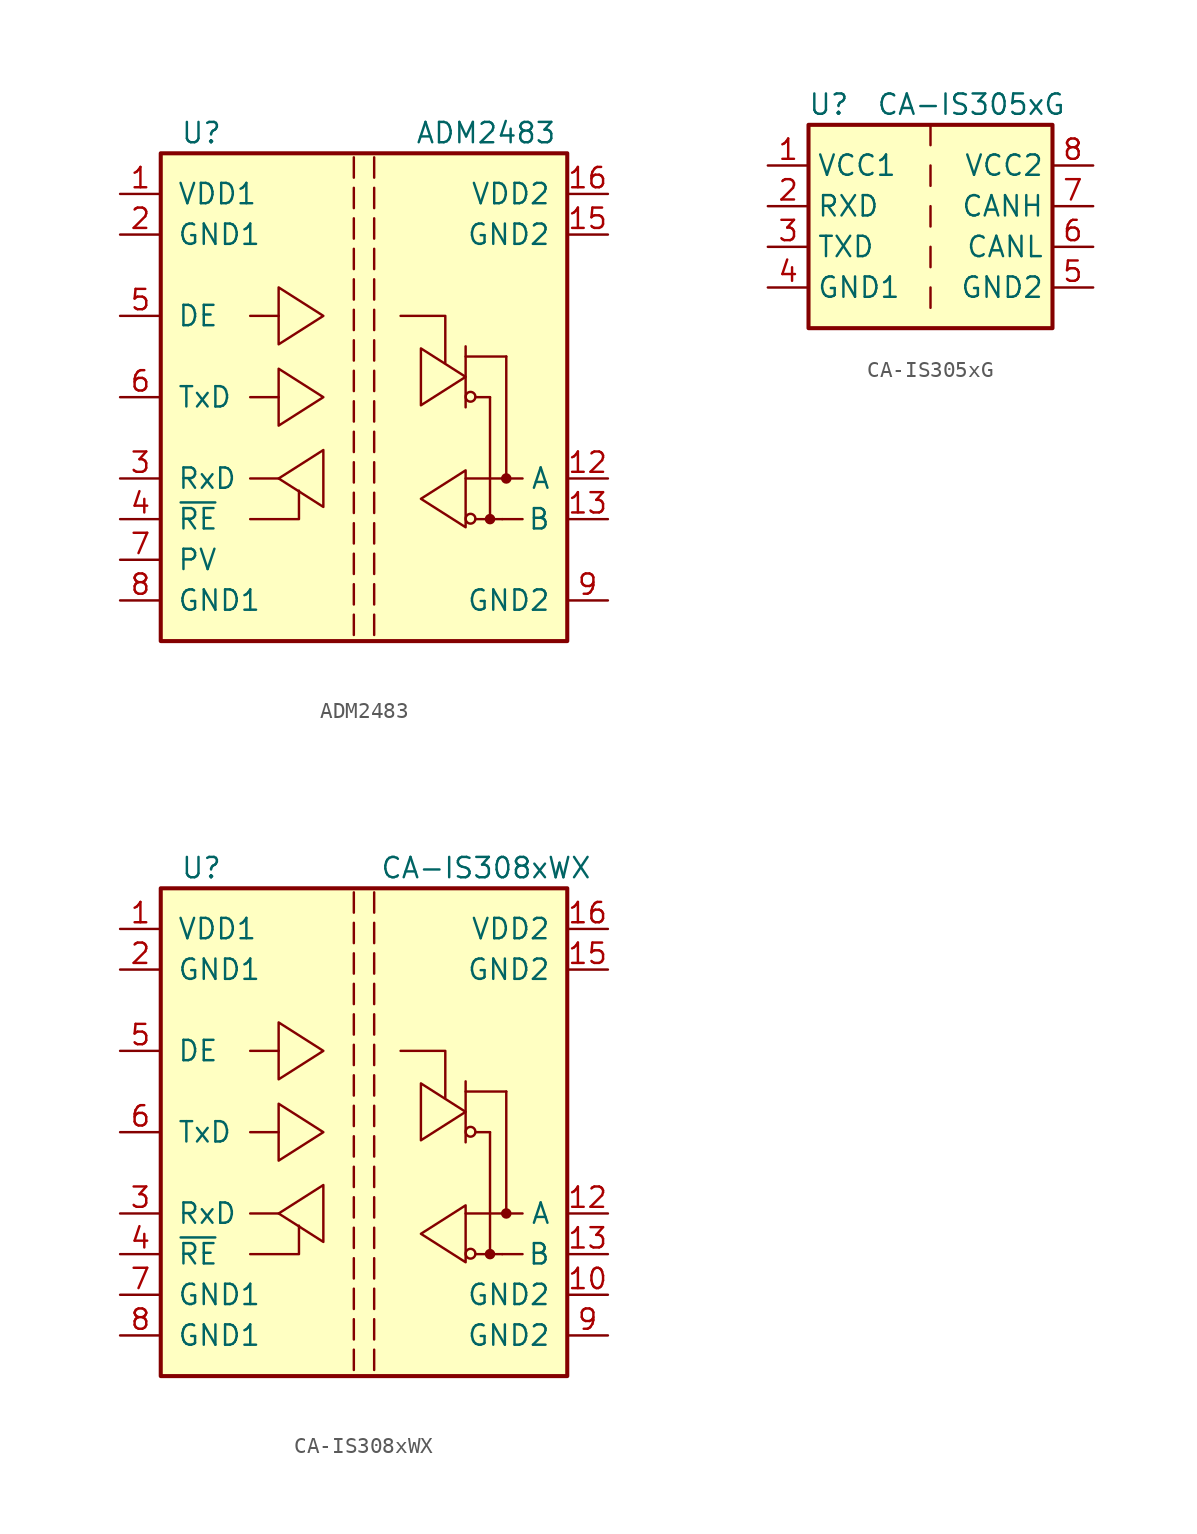
<source format=kicad_sym>
(kicad_symbol_lib
  (version 20231120)
  (generator "kicad_symbol_editor")
  (generator_version "8.0")
  (symbol "ADM2483"
    (pin_names
      (offset 1.016))
    (property "Reference" "U"
      (at -10.16 16.51 0)
      (effects (font (size 1.27 1.27))))
    (property "Value" "ADM2483"
      (at 7.62 16.51 0)
      (effects (font (size 1.27 1.27))))
    (symbol "ADM2483_0_0"
      (polyline (pts (xy -0.635 -13.589) (xy -0.635 -14.859)) (stroke (width 0) (type default)) (fill (type none)))
      (polyline (pts (xy -0.635 -11.684) (xy -0.635 -12.954)) (stroke (width 0) (type default)) (fill (type none)))
      (polyline (pts (xy -0.635 -9.779) (xy -0.635 -11.049)) (stroke (width 0) (type default)) (fill (type none)))
      (polyline (pts (xy -0.635 -7.874) (xy -0.635 -9.144)) (stroke (width 0) (type default)) (fill (type none)))
      (polyline (pts (xy -0.635 -5.969) (xy -0.635 -7.239)) (stroke (width 0) (type default)) (fill (type none)))
      (polyline (pts (xy -0.635 -4.064) (xy -0.635 -5.334)) (stroke (width 0) (type default)) (fill (type none)))
      (polyline (pts (xy -0.635 -2.159) (xy -0.635 -3.429)) (stroke (width 0) (type default)) (fill (type none)))
      (polyline (pts (xy -0.635 -0.254) (xy -0.635 -1.524)) (stroke (width 0) (type default)) (fill (type none)))
      (polyline (pts (xy -0.635 1.651) (xy -0.635 0.381)) (stroke (width 0) (type default)) (fill (type none)))
      (polyline (pts (xy -0.635 3.556) (xy -0.635 2.286)) (stroke (width 0) (type default)) (fill (type none)))
      (polyline (pts (xy -0.635 5.461) (xy -0.635 4.191)) (stroke (width 0) (type default)) (fill (type none)))
      (polyline (pts (xy -0.635 7.366) (xy -0.635 6.096)) (stroke (width 0) (type default)) (fill (type none)))
      (polyline (pts (xy -0.635 9.271) (xy -0.635 8.001)) (stroke (width 0) (type default)) (fill (type none)))
      (polyline (pts (xy -0.635 11.176) (xy -0.635 9.906)) (stroke (width 0) (type default)) (fill (type none)))
      (polyline (pts (xy -0.635 13.081) (xy -0.635 11.811)) (stroke (width 0) (type default)) (fill (type none)))
      (polyline (pts (xy -0.635 14.986) (xy -0.635 13.716)) (stroke (width 0) (type default)) (fill (type none)))
      (polyline (pts (xy 0.635 -13.589) (xy 0.635 -14.859)) (stroke (width 0) (type default)) (fill (type none)))
      (polyline (pts (xy 0.635 -11.684) (xy 0.635 -12.954)) (stroke (width 0) (type default)) (fill (type none)))
      (polyline (pts (xy 0.635 -9.779) (xy 0.635 -11.049)) (stroke (width 0) (type default)) (fill (type none)))
      (polyline (pts (xy 0.635 -7.874) (xy 0.635 -9.144)) (stroke (width 0) (type default)) (fill (type none)))
      (polyline (pts (xy 0.635 -5.969) (xy 0.635 -7.239)) (stroke (width 0) (type default)) (fill (type none)))
      (polyline (pts (xy 0.635 -4.064) (xy 0.635 -5.334)) (stroke (width 0) (type default)) (fill (type none)))
      (polyline (pts (xy 0.635 -2.159) (xy 0.635 -3.429)) (stroke (width 0) (type default)) (fill (type none)))
      (polyline (pts (xy 0.635 -0.254) (xy 0.635 -1.524)) (stroke (width 0) (type default)) (fill (type none)))
      (polyline (pts (xy 0.635 1.651) (xy 0.635 0.381)) (stroke (width 0) (type default)) (fill (type none)))
      (polyline (pts (xy 0.635 3.556) (xy 0.635 2.286)) (stroke (width 0) (type default)) (fill (type none)))
      (polyline (pts (xy 0.635 5.461) (xy 0.635 4.191)) (stroke (width 0) (type default)) (fill (type none)))
      (polyline (pts (xy 0.635 7.366) (xy 0.635 6.096)) (stroke (width 0) (type default)) (fill (type none)))
      (polyline (pts (xy 0.635 9.271) (xy 0.635 8.001)) (stroke (width 0) (type default)) (fill (type none)))
      (polyline (pts (xy 0.635 11.176) (xy 0.635 9.906)) (stroke (width 0) (type default)) (fill (type none)))
      (polyline (pts (xy 0.635 13.081) (xy 0.635 11.811)) (stroke (width 0) (type default)) (fill (type none)))
      (polyline (pts (xy 0.635 14.986) (xy 0.635 13.716)) (stroke (width 0) (type default)) (fill (type none))))
    (symbol "ADM2483_0_1"
      (rectangle (start -12.7 15.24) (end 12.7 -15.24) (stroke (width 0.254) (type default)) (fill (type background)))
      (polyline (pts (xy -5.334 -5.08) (xy -7.112 -5.08)) (stroke (width 0) (type default)) (fill (type none)))
      (polyline (pts (xy -5.334 0) (xy -7.112 0)) (stroke (width 0) (type default)) (fill (type none)))
      (polyline (pts (xy -5.334 5.08) (xy -7.112 5.08)) (stroke (width 0) (type default)) (fill (type none)))
      (polyline (pts (xy 6.35 -5.08) (xy 8.636 -5.08)) (stroke (width 0) (type default)) (fill (type none)))
      (polyline (pts (xy 6.35 2.54) (xy 8.89 2.54)) (stroke (width 0) (type default)) (fill (type none)))
      (polyline (pts (xy 6.35 3.175) (xy 6.35 -0.635)) (stroke (width 0) (type default)) (fill (type none)))
      (polyline (pts (xy 6.96 -7.62) (xy 8.636 -7.62)) (stroke (width 0) (type default)) (fill (type none)))
      (polyline (pts (xy 6.96 0) (xy 7.874 0)) (stroke (width 0) (type default)) (fill (type none)))
      (polyline (pts (xy 7.874 0) (xy 7.874 -7.62)) (stroke (width 0) (type default)) (fill (type none)))
      (polyline (pts (xy 8.636 -7.62) (xy 9.906 -7.62)) (stroke (width 0) (type default)) (fill (type none)))
      (polyline (pts (xy 8.636 -5.08) (xy 9.906 -5.08)) (stroke (width 0) (type default)) (fill (type none)))
      (polyline (pts (xy 8.89 2.54) (xy 8.89 -5.08)) (stroke (width 0) (type default)) (fill (type none)))
      (polyline (pts (xy -7.112 -7.62) (xy -4.064 -7.62) (xy -4.064 -5.842)) (stroke (width 0) (type default)) (fill (type none)))
      (polyline (pts (xy 2.286 5.08) (xy 5.08 5.08) (xy 5.08 2.159)) (stroke (width 0) (type default)) (fill (type none)))
      (polyline (pts (xy -5.334 -5.08) (xy -2.54 -3.302) (xy -2.54 -6.858) (xy -5.334 -5.08)) (stroke (width 0) (type default)) (fill (type none)))
      (polyline (pts (xy -2.54 0) (xy -5.334 1.778) (xy -5.334 -1.778) (xy -2.54 0)) (stroke (width 0) (type default)) (fill (type none)))
      (polyline (pts (xy -2.54 5.08) (xy -5.334 6.858) (xy -5.334 3.302) (xy -2.54 5.08)) (stroke (width 0) (type default)) (fill (type none)))
      (polyline (pts (xy 3.556 -6.35) (xy 6.35 -4.572) (xy 6.35 -8.128) (xy 3.556 -6.35)) (stroke (width 0) (type default)) (fill (type none)))
      (polyline (pts (xy 6.35 1.27) (xy 3.556 3.048) (xy 3.556 -0.508) (xy 6.35 1.27)) (stroke (width 0) (type default)) (fill (type none)))
      (circle (center 6.655 -7.595) (radius 0.305) (stroke (width 0) (type default)) (fill (type none)))
      (circle (center 6.655 0.025) (radius 0.305) (stroke (width 0) (type default)) (fill (type none)))
      (circle (center 8.89 -5.08) (radius 0.178) (stroke (width 0.305) (type default)) (fill (type none))))
    (symbol "ADM2483_1_1"
      (circle (center 7.874 -7.62) (radius 0.178) (stroke (width 0.305) (type default)) (fill (type none)))
      (pin power_in line (at -15.24 12.7 0) (length 2.54) (name "VDD1" (effects (font (size 1.27 1.27)))) (number "1" (effects (font (size 1.27 1.27)))))
      (pin no_connect line (at 15.24 -10.16 180) (length 2.54) hide (name "NC" (effects (font (size 1.27 1.27)))) (number "10" (effects (font (size 1.27 1.27)))))
      (pin no_connect line (at 15.24 2.54 180) (length 2.54) hide (name "NC" (effects (font (size 1.27 1.27)))) (number "11" (effects (font (size 1.27 1.27)))))
      (pin bidirectional line (at 15.24 -5.08 180) (length 2.54) (name "A" (effects (font (size 1.27 1.27)))) (number "12" (effects (font (size 1.27 1.27)))))
      (pin bidirectional line (at 15.24 -7.62 180) (length 2.54) (name "B" (effects (font (size 1.27 1.27)))) (number "13" (effects (font (size 1.27 1.27)))))
      (pin no_connect line (at 15.24 0 180) (length 2.54) hide (name "NC" (effects (font (size 1.27 1.27)))) (number "14" (effects (font (size 1.27 1.27)))))
      (pin power_in line (at 15.24 10.16 180) (length 2.54) (name "GND2" (effects (font (size 1.27 1.27)))) (number "15" (effects (font (size 1.27 1.27)))))
      (pin power_in line (at 15.24 12.7 180) (length 2.54) (name "VDD2" (effects (font (size 1.27 1.27)))) (number "16" (effects (font (size 1.27 1.27)))))
      (pin power_in line (at -15.24 10.16 0) (length 2.54) (name "GND1" (effects (font (size 1.27 1.27)))) (number "2" (effects (font (size 1.27 1.27)))))
      (pin output line (at -15.24 -5.08 0) (length 2.54) (name "RxD" (effects (font (size 1.27 1.27)))) (number "3" (effects (font (size 1.27 1.27)))))
      (pin input line (at -15.24 -7.62 0) (length 2.54) (name "~{RE}" (effects (font (size 1.27 1.27)))) (number "4" (effects (font (size 1.27 1.27)))))
      (pin input line (at -15.24 5.08 0) (length 2.54) (name "DE" (effects (font (size 1.27 1.27)))) (number "5" (effects (font (size 1.27 1.27)))))
      (pin input line (at -15.24 0 0) (length 2.54) (name "TxD" (effects (font (size 1.27 1.27)))) (number "6" (effects (font (size 1.27 1.27)))))
      (pin output line (at -15.24 -10.16 0) (length 2.54) (name "PV" (effects (font (size 1.27 1.27)))) (number "7" (effects (font (size 1.27 1.27)))))
      (pin power_in line (at -15.24 -12.7 0) (length 2.54) (name "GND1" (effects (font (size 1.27 1.27)))) (number "8" (effects (font (size 1.27 1.27)))))
      (pin power_in line (at 15.24 -12.7 180) (length 2.54) (name "GND2" (effects (font (size 1.27 1.27)))) (number "9" (effects (font (size 1.27 1.27)))))))
  (symbol "CA-IS305xG"
    (property "Reference" "U"
      (at -6.35 6.35 0)
      (effects (font (size 1.27 1.27))))
    (property "Value" "CA-IS305xG"
      (at 2.54 6.35 0)
      (effects (font (size 1.27 1.27))))
    (symbol "CA-IS305xG_0_1"
      (rectangle (start -7.62 5.08) (end 7.62 -7.62) (stroke (width 0.254) (type default)) (fill (type background)))
      (polyline (pts (xy 0 -5.08) (xy 0 -6.35)) (stroke (width 0) (type default)) (fill (type none)))
      (polyline (pts (xy 0 -2.54) (xy 0 -3.81)) (stroke (width 0) (type default)) (fill (type none)))
      (polyline (pts (xy 0 0) (xy 0 -1.27)) (stroke (width 0) (type default)) (fill (type none)))
      (polyline (pts (xy 0 2.54) (xy 0 1.27)) (stroke (width 0) (type default)) (fill (type none)))
      (polyline (pts (xy 0 5.08) (xy 0 3.81)) (stroke (width 0) (type default)) (fill (type none))))
    (symbol "CA-IS305xG_1_1"
      (pin power_in line (at -10.16 2.54 0) (length 2.54) (name "VCC1" (effects (font (size 1.27 1.27)))) (number "1" (effects (font (size 1.27 1.27)))))
      (pin output line (at -10.16 0 0) (length 2.54) (name "RXD" (effects (font (size 1.27 1.27)))) (number "2" (effects (font (size 1.27 1.27)))))
      (pin input line (at -10.16 -2.54 0) (length 2.54) (name "TXD" (effects (font (size 1.27 1.27)))) (number "3" (effects (font (size 1.27 1.27)))))
      (pin power_in line (at -10.16 -5.08 0) (length 2.54) (name "GND1" (effects (font (size 1.27 1.27)))) (number "4" (effects (font (size 1.27 1.27)))))
      (pin power_in line (at 10.16 -5.08 180) (length 2.54) (name "GND2" (effects (font (size 1.27 1.27)))) (number "5" (effects (font (size 1.27 1.27)))))
      (pin bidirectional line (at 10.16 -2.54 180) (length 2.54) (name "CANL" (effects (font (size 1.27 1.27)))) (number "6" (effects (font (size 1.27 1.27)))))
      (pin bidirectional line (at 10.16 0 180) (length 2.54) (name "CANH" (effects (font (size 1.27 1.27)))) (number "7" (effects (font (size 1.27 1.27)))))
      (pin power_in line (at 10.16 2.54 180) (length 2.54) (name "VCC2" (effects (font (size 1.27 1.27)))) (number "8" (effects (font (size 1.27 1.27)))))))
  (symbol "CA-IS308xWX"
    (pin_names
      (offset 1.016))
    (property "Reference" "U"
      (at -10.16 16.51 0)
      (effects (font (size 1.27 1.27))))
    (property "Value" "CA-IS308xWX"
      (at 7.62 16.51 0)
      (effects (font (size 1.27 1.27))))
    (symbol "CA-IS308xWX_0_0"
      (polyline (pts (xy -0.635 -13.589) (xy -0.635 -14.859)) (stroke (width 0) (type default)) (fill (type none)))
      (polyline (pts (xy -0.635 -11.684) (xy -0.635 -12.954)) (stroke (width 0) (type default)) (fill (type none)))
      (polyline (pts (xy -0.635 -9.779) (xy -0.635 -11.049)) (stroke (width 0) (type default)) (fill (type none)))
      (polyline (pts (xy -0.635 -7.874) (xy -0.635 -9.144)) (stroke (width 0) (type default)) (fill (type none)))
      (polyline (pts (xy -0.635 -5.969) (xy -0.635 -7.239)) (stroke (width 0) (type default)) (fill (type none)))
      (polyline (pts (xy -0.635 -4.064) (xy -0.635 -5.334)) (stroke (width 0) (type default)) (fill (type none)))
      (polyline (pts (xy -0.635 -2.159) (xy -0.635 -3.429)) (stroke (width 0) (type default)) (fill (type none)))
      (polyline (pts (xy -0.635 -0.254) (xy -0.635 -1.524)) (stroke (width 0) (type default)) (fill (type none)))
      (polyline (pts (xy -0.635 1.651) (xy -0.635 0.381)) (stroke (width 0) (type default)) (fill (type none)))
      (polyline (pts (xy -0.635 3.556) (xy -0.635 2.286)) (stroke (width 0) (type default)) (fill (type none)))
      (polyline (pts (xy -0.635 5.461) (xy -0.635 4.191)) (stroke (width 0) (type default)) (fill (type none)))
      (polyline (pts (xy -0.635 7.366) (xy -0.635 6.096)) (stroke (width 0) (type default)) (fill (type none)))
      (polyline (pts (xy -0.635 9.271) (xy -0.635 8.001)) (stroke (width 0) (type default)) (fill (type none)))
      (polyline (pts (xy -0.635 11.176) (xy -0.635 9.906)) (stroke (width 0) (type default)) (fill (type none)))
      (polyline (pts (xy -0.635 13.081) (xy -0.635 11.811)) (stroke (width 0) (type default)) (fill (type none)))
      (polyline (pts (xy -0.635 14.986) (xy -0.635 13.716)) (stroke (width 0) (type default)) (fill (type none)))
      (polyline (pts (xy 0.635 -13.589) (xy 0.635 -14.859)) (stroke (width 0) (type default)) (fill (type none)))
      (polyline (pts (xy 0.635 -11.684) (xy 0.635 -12.954)) (stroke (width 0) (type default)) (fill (type none)))
      (polyline (pts (xy 0.635 -9.779) (xy 0.635 -11.049)) (stroke (width 0) (type default)) (fill (type none)))
      (polyline (pts (xy 0.635 -7.874) (xy 0.635 -9.144)) (stroke (width 0) (type default)) (fill (type none)))
      (polyline (pts (xy 0.635 -5.969) (xy 0.635 -7.239)) (stroke (width 0) (type default)) (fill (type none)))
      (polyline (pts (xy 0.635 -4.064) (xy 0.635 -5.334)) (stroke (width 0) (type default)) (fill (type none)))
      (polyline (pts (xy 0.635 -2.159) (xy 0.635 -3.429)) (stroke (width 0) (type default)) (fill (type none)))
      (polyline (pts (xy 0.635 -0.254) (xy 0.635 -1.524)) (stroke (width 0) (type default)) (fill (type none)))
      (polyline (pts (xy 0.635 1.651) (xy 0.635 0.381)) (stroke (width 0) (type default)) (fill (type none)))
      (polyline (pts (xy 0.635 3.556) (xy 0.635 2.286)) (stroke (width 0) (type default)) (fill (type none)))
      (polyline (pts (xy 0.635 5.461) (xy 0.635 4.191)) (stroke (width 0) (type default)) (fill (type none)))
      (polyline (pts (xy 0.635 7.366) (xy 0.635 6.096)) (stroke (width 0) (type default)) (fill (type none)))
      (polyline (pts (xy 0.635 9.271) (xy 0.635 8.001)) (stroke (width 0) (type default)) (fill (type none)))
      (polyline (pts (xy 0.635 11.176) (xy 0.635 9.906)) (stroke (width 0) (type default)) (fill (type none)))
      (polyline (pts (xy 0.635 13.081) (xy 0.635 11.811)) (stroke (width 0) (type default)) (fill (type none)))
      (polyline (pts (xy 0.635 14.986) (xy 0.635 13.716)) (stroke (width 0) (type default)) (fill (type none))))
    (symbol "CA-IS308xWX_0_1"
      (rectangle (start -12.7 15.24) (end 12.7 -15.24) (stroke (width 0.254) (type default)) (fill (type background)))
      (polyline (pts (xy -5.334 -5.08) (xy -7.112 -5.08)) (stroke (width 0) (type default)) (fill (type none)))
      (polyline (pts (xy -5.334 0) (xy -7.112 0)) (stroke (width 0) (type default)) (fill (type none)))
      (polyline (pts (xy -5.334 5.08) (xy -7.112 5.08)) (stroke (width 0) (type default)) (fill (type none)))
      (polyline (pts (xy 6.35 -5.08) (xy 8.636 -5.08)) (stroke (width 0) (type default)) (fill (type none)))
      (polyline (pts (xy 6.35 2.54) (xy 8.89 2.54)) (stroke (width 0) (type default)) (fill (type none)))
      (polyline (pts (xy 6.35 3.175) (xy 6.35 -0.635)) (stroke (width 0) (type default)) (fill (type none)))
      (polyline (pts (xy 6.96 -7.62) (xy 8.636 -7.62)) (stroke (width 0) (type default)) (fill (type none)))
      (polyline (pts (xy 6.96 0) (xy 7.874 0)) (stroke (width 0) (type default)) (fill (type none)))
      (polyline (pts (xy 7.874 0) (xy 7.874 -7.62)) (stroke (width 0) (type default)) (fill (type none)))
      (polyline (pts (xy 8.636 -7.62) (xy 9.906 -7.62)) (stroke (width 0) (type default)) (fill (type none)))
      (polyline (pts (xy 8.636 -5.08) (xy 9.906 -5.08)) (stroke (width 0) (type default)) (fill (type none)))
      (polyline (pts (xy 8.89 2.54) (xy 8.89 -5.08)) (stroke (width 0) (type default)) (fill (type none)))
      (polyline (pts (xy -7.112 -7.62) (xy -4.064 -7.62) (xy -4.064 -5.842)) (stroke (width 0) (type default)) (fill (type none)))
      (polyline (pts (xy 2.286 5.08) (xy 5.08 5.08) (xy 5.08 2.159)) (stroke (width 0) (type default)) (fill (type none)))
      (polyline (pts (xy -5.334 -5.08) (xy -2.54 -3.302) (xy -2.54 -6.858) (xy -5.334 -5.08)) (stroke (width 0) (type default)) (fill (type none)))
      (polyline (pts (xy -2.54 0) (xy -5.334 1.778) (xy -5.334 -1.778) (xy -2.54 0)) (stroke (width 0) (type default)) (fill (type none)))
      (polyline (pts (xy -2.54 5.08) (xy -5.334 6.858) (xy -5.334 3.302) (xy -2.54 5.08)) (stroke (width 0) (type default)) (fill (type none)))
      (polyline (pts (xy 3.556 -6.35) (xy 6.35 -4.572) (xy 6.35 -8.128) (xy 3.556 -6.35)) (stroke (width 0) (type default)) (fill (type none)))
      (polyline (pts (xy 6.35 1.27) (xy 3.556 3.048) (xy 3.556 -0.508) (xy 6.35 1.27)) (stroke (width 0) (type default)) (fill (type none)))
      (circle (center 6.655 -7.595) (radius 0.305) (stroke (width 0) (type default)) (fill (type none)))
      (circle (center 6.655 0.025) (radius 0.305) (stroke (width 0) (type default)) (fill (type none)))
      (circle (center 8.89 -5.08) (radius 0.178) (stroke (width 0.305) (type default)) (fill (type none))))
    (symbol "CA-IS308xWX_1_1"
      (circle (center 7.874 -7.62) (radius 0.178) (stroke (width 0.305) (type default)) (fill (type none)))
      (pin power_in line (at -15.24 12.7 0) (length 2.54) (name "VDD1" (effects (font (size 1.27 1.27)))) (number "1" (effects (font (size 1.27 1.27)))))
      (pin power_in line (at 15.24 -10.16 180) (length 2.54) (name "GND2" (effects (font (size 1.27 1.27)))) (number "10" (effects (font (size 1.27 1.27)))))
      (pin no_connect line (at 15.24 2.54 180) (length 2.54) hide (name "NC" (effects (font (size 1.27 1.27)))) (number "11" (effects (font (size 1.27 1.27)))))
      (pin bidirectional line (at 15.24 -5.08 180) (length 2.54) (name "A" (effects (font (size 1.27 1.27)))) (number "12" (effects (font (size 1.27 1.27)))))
      (pin bidirectional line (at 15.24 -7.62 180) (length 2.54) (name "B" (effects (font (size 1.27 1.27)))) (number "13" (effects (font (size 1.27 1.27)))))
      (pin no_connect line (at 15.24 0 180) (length 2.54) hide (name "NC" (effects (font (size 1.27 1.27)))) (number "14" (effects (font (size 1.27 1.27)))))
      (pin power_in line (at 15.24 10.16 180) (length 2.54) (name "GND2" (effects (font (size 1.27 1.27)))) (number "15" (effects (font (size 1.27 1.27)))))
      (pin power_in line (at 15.24 12.7 180) (length 2.54) (name "VDD2" (effects (font (size 1.27 1.27)))) (number "16" (effects (font (size 1.27 1.27)))))
      (pin power_in line (at -15.24 10.16 0) (length 2.54) (name "GND1" (effects (font (size 1.27 1.27)))) (number "2" (effects (font (size 1.27 1.27)))))
      (pin output line (at -15.24 -5.08 0) (length 2.54) (name "RxD" (effects (font (size 1.27 1.27)))) (number "3" (effects (font (size 1.27 1.27)))))
      (pin input line (at -15.24 -7.62 0) (length 2.54) (name "~{RE}" (effects (font (size 1.27 1.27)))) (number "4" (effects (font (size 1.27 1.27)))))
      (pin input line (at -15.24 5.08 0) (length 2.54) (name "DE" (effects (font (size 1.27 1.27)))) (number "5" (effects (font (size 1.27 1.27)))))
      (pin input line (at -15.24 0 0) (length 2.54) (name "TxD" (effects (font (size 1.27 1.27)))) (number "6" (effects (font (size 1.27 1.27)))))
      (pin power_in line (at -15.24 -10.16 0) (length 2.54) (name "GND1" (effects (font (size 1.27 1.27)))) (number "7" (effects (font (size 1.27 1.27)))))
      (pin power_in line (at -15.24 -12.7 0) (length 2.54) (name "GND1" (effects (font (size 1.27 1.27)))) (number "8" (effects (font (size 1.27 1.27)))))
      (pin power_in line (at 15.24 -12.7 180) (length 2.54) (name "GND2" (effects (font (size 1.27 1.27)))) (number "9" (effects (font (size 1.27 1.27))))))))
</source>
